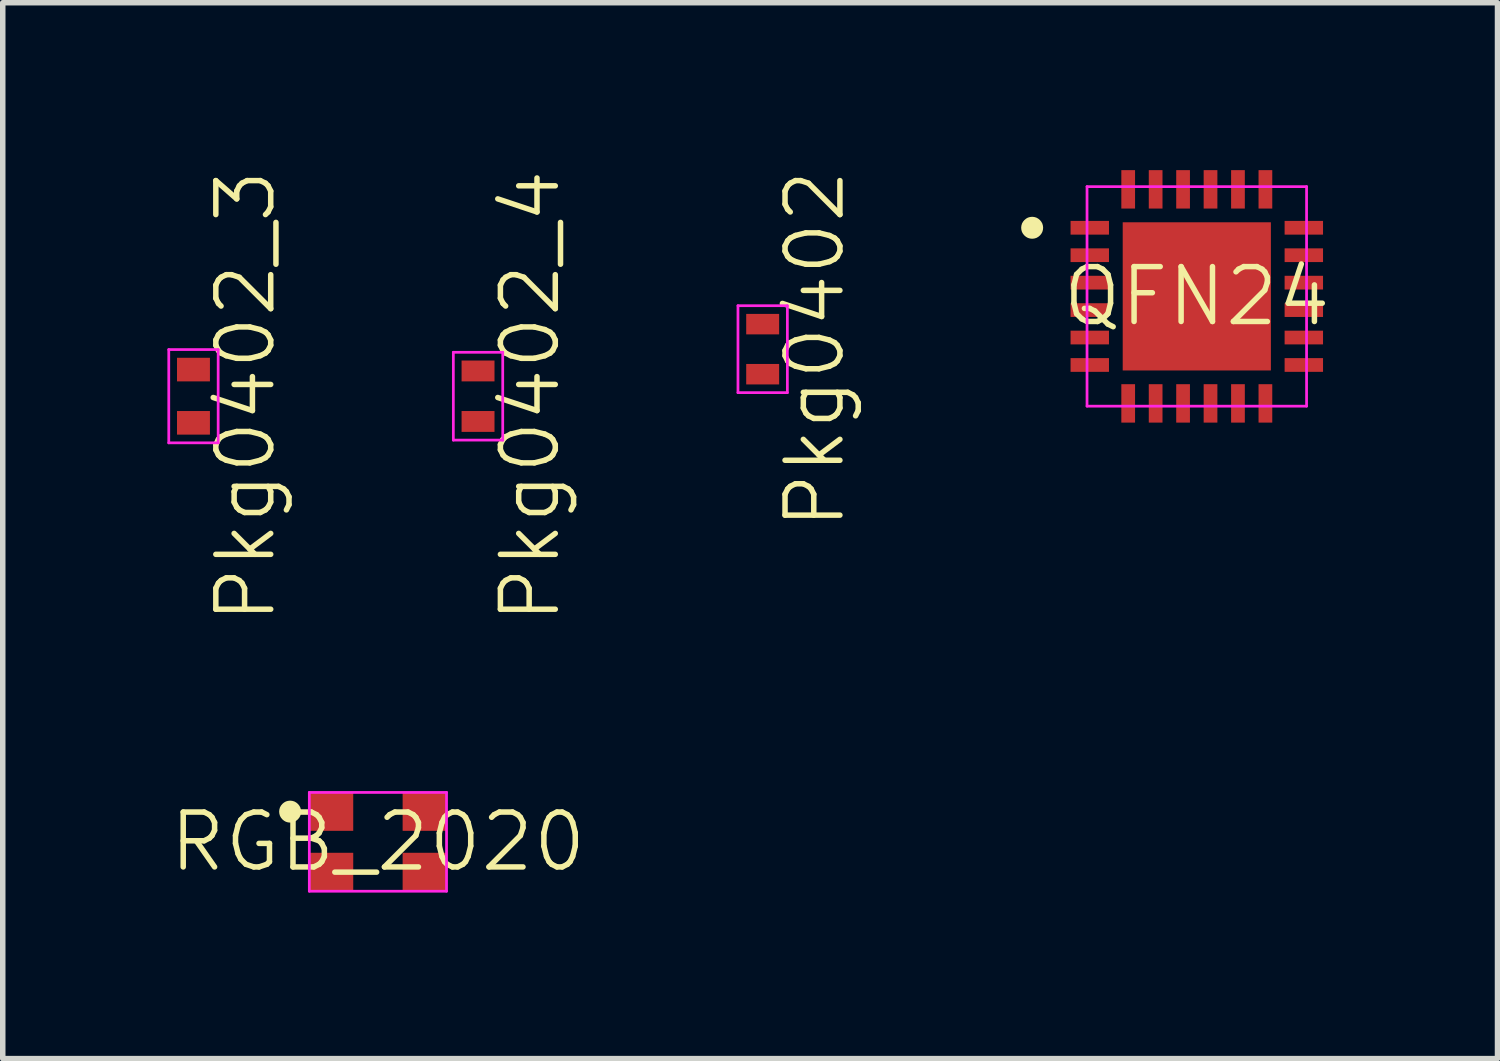
<source format=kicad_pcb>
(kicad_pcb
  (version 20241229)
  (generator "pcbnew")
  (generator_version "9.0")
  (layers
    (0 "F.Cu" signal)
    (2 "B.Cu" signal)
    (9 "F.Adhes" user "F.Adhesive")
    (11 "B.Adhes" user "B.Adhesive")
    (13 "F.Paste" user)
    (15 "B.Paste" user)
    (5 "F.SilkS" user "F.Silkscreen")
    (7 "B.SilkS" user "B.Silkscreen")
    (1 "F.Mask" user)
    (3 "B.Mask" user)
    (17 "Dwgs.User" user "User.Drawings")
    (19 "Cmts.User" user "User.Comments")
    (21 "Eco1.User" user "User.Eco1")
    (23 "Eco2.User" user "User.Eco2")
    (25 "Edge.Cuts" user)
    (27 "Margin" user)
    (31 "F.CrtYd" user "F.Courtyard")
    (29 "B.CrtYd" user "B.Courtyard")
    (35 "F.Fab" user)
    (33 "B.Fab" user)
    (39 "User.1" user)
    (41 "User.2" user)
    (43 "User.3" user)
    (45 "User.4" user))
  (footprint "Pkg0402_4"
    (layer "F.Cu")
    (at 5.66 4.169)
    (property "Reference" "Pkg0402_4" (at 0.95 0 90) (layer "F.SilkS") (effects (font (size 1 1) (thickness 0.1))))
    (fp_poly (pts (xy -0.35 -0.22) (xy 0.35 -0.22) (xy 0.35 -0.7) (xy -0.35 -0.7)) (stroke (width 0) (type solid)) (fill yes) (layer "F.Mask"))
    (fp_poly (pts (xy -0.35 0.7) (xy 0.35 0.7) (xy 0.35 0.22) (xy -0.35 0.22)) (stroke (width 0) (type solid)) (fill yes) (layer "F.Mask"))
    (fp_line (start -0.45 -0.8) (end -0.45 0.8) (stroke (width 0.05) (type solid)) (layer "F.CrtYd"))
    (fp_line (start -0.45 0.8) (end 0.45 0.8) (stroke (width 0.05) (type solid)) (layer "F.CrtYd"))
    (fp_line (start 0.45 -0.8) (end -0.45 -0.8) (stroke (width 0.05) (type solid)) (layer "F.CrtYd"))
    (fp_line (start 0.45 0.8) (end 0.45 -0.8) (stroke (width 0.05) (type solid)) (layer "F.CrtYd"))
    (pad "1" smd rect (at 0 -0.46) (size 0.6 0.38) (layers "F.Cu" "F.Paste"))
    (pad "2" smd rect (at 0 0.46) (size 0.6 0.38) (layers "F.Cu" "F.Paste")))
  (footprint "RGB_2020"
    (layer "F.Cu")
    (at 3.836 12.288)
    (property "Reference" "RGB_2020" (at 0 0 0) (layer "F.SilkS") (effects (font (size 1 1) (thickness 0.1))))
    (fp_poly (pts (xy -1.3 -0.15) (xy -0.4 -0.15) (xy -0.4 -0.95) (xy -1.3 -0.95)) (stroke (width 0) (type solid)) (fill yes) (layer "F.Mask"))
    (fp_poly (pts (xy -1.3 0.95) (xy -0.4 0.95) (xy -0.4 0.15) (xy -1.3 0.15)) (stroke (width 0) (type solid)) (fill yes) (layer "F.Mask"))
    (fp_poly (pts (xy 0.4 -0.15) (xy 1.3 -0.15) (xy 1.3 -0.95) (xy 0.4 -0.95)) (stroke (width 0) (type solid)) (fill yes) (layer "F.Mask"))
    (fp_poly (pts (xy 0.4 0.95) (xy 1.3 0.95) (xy 1.3 0.15) (xy 0.4 0.15)) (stroke (width 0) (type solid)) (fill yes) (layer "F.Mask"))
    (fp_poly (pts (xy -1.4 -0.55) (xy -1.404 -0.589) (xy -1.415 -0.627) (xy -1.434 -0.661) (xy -1.459 -0.691) (xy -1.489 -0.716) (xy -1.523 -0.735) (xy -1.561 -0.746) (xy -1.6 -0.75) (xy -1.639 -0.746) (xy -1.677 -0.735) (xy -1.711 -0.716) (xy -1.741 -0.691) (xy -1.766 -0.661) (xy -1.785 -0.627) (xy -1.796 -0.589) (xy -1.8 -0.55) (xy -1.796 -0.511) (xy -1.785 -0.473) (xy -1.766 -0.439) (xy -1.741 -0.409) (xy -1.711 -0.384) (xy -1.677 -0.365) (xy -1.639 -0.354) (xy -1.6 -0.35) (xy -1.561 -0.354) (xy -1.523 -0.365) (xy -1.489 -0.384) (xy -1.459 -0.409) (xy -1.434 -0.439) (xy -1.415 -0.473) (xy -1.404 -0.511)) (stroke (width 0) (type solid)) (fill yes) (layer "F.SilkS"))
    (fp_line (start -1.25 -0.9) (end -1.25 0.9) (stroke (width 0.05) (type solid)) (layer "F.CrtYd"))
    (fp_line (start -1.25 0.9) (end 1.25 0.9) (stroke (width 0.05) (type solid)) (layer "F.CrtYd"))
    (fp_line (start 1.25 -0.9) (end -1.25 -0.9) (stroke (width 0.05) (type solid)) (layer "F.CrtYd"))
    (fp_line (start 1.25 0.9) (end 1.25 -0.9) (stroke (width 0.05) (type solid)) (layer "F.CrtYd"))
    (pad "1" smd rect (at -0.85 -0.55) (size 0.8 0.7) (layers "F.Cu" "F.Paste"))
    (pad "2" smd rect (at 0.85 -0.55) (size 0.8 0.7) (layers "F.Cu" "F.Paste"))
    (pad "3" smd rect (at -0.85 0.55) (size 0.8 0.7) (layers "F.Cu" "F.Paste"))
    (pad "4" smd rect (at 0.85 0.55) (size 0.8 0.7) (layers "F.Cu" "F.Paste")))
  (footprint "QFN24"
    (layer "F.Cu")
    (at 18.756 2.35)
    (property "Reference" "QFN24" (at 0 0 0) (layer "F.SilkS") (effects (font (size 1 1) (thickness 0.1))))
    (fp_poly (pts (xy -2.35 -1.425) (xy -2.35 -1.075) (xy -1.55 -1.075) (xy -1.55 -1.425)) (stroke (width 0) (type solid)) (fill yes) (layer "F.Mask"))
    (fp_poly (pts (xy -2.35 -0.925) (xy -2.35 -0.575) (xy -1.55 -0.575) (xy -1.55 -0.925)) (stroke (width 0) (type solid)) (fill yes) (layer "F.Mask"))
    (fp_poly (pts (xy -2.35 -0.425) (xy -2.35 -0.075) (xy -1.55 -0.075) (xy -1.55 -0.425)) (stroke (width 0) (type solid)) (fill yes) (layer "F.Mask"))
    (fp_poly (pts (xy -2.35 0.075) (xy -2.35 0.425) (xy -1.55 0.425) (xy -1.55 0.075)) (stroke (width 0) (type solid)) (fill yes) (layer "F.Mask"))
    (fp_poly (pts (xy -2.35 0.575) (xy -2.35 0.925) (xy -1.55 0.925) (xy -1.55 0.575)) (stroke (width 0) (type solid)) (fill yes) (layer "F.Mask"))
    (fp_poly (pts (xy -2.35 1.075) (xy -2.35 1.425) (xy -1.55 1.425) (xy -1.55 1.075)) (stroke (width 0) (type solid)) (fill yes) (layer "F.Mask"))
    (fp_poly (pts (xy -1.425 2.35) (xy -1.075 2.35) (xy -1.075 1.55) (xy -1.425 1.55)) (stroke (width 0) (type solid)) (fill yes) (layer "F.Mask"))
    (fp_poly (pts (xy -1.4 1.4) (xy 1.4 1.4) (xy 1.4 -1.4) (xy -1.4 -1.4)) (stroke (width 0) (type solid)) (fill yes) (layer "F.Mask"))
    (fp_poly (pts (xy -1.075 -2.35) (xy -1.425 -2.35) (xy -1.425 -1.55) (xy -1.075 -1.55)) (stroke (width 0) (type solid)) (fill yes) (layer "F.Mask"))
    (fp_poly (pts (xy -0.925 2.35) (xy -0.575 2.35) (xy -0.575 1.55) (xy -0.925 1.55)) (stroke (width 0) (type solid)) (fill yes) (layer "F.Mask"))
    (fp_poly (pts (xy -0.575 -2.35) (xy -0.925 -2.35) (xy -0.925 -1.55) (xy -0.575 -1.55)) (stroke (width 0) (type solid)) (fill yes) (layer "F.Mask"))
    (fp_poly (pts (xy -0.425 2.35) (xy -0.075 2.35) (xy -0.075 1.55) (xy -0.425 1.55)) (stroke (width 0) (type solid)) (fill yes) (layer "F.Mask"))
    (fp_poly (pts (xy -0.075 -2.35) (xy -0.425 -2.35) (xy -0.425 -1.55) (xy -0.075 -1.55)) (stroke (width 0) (type solid)) (fill yes) (layer "F.Mask"))
    (fp_poly (pts (xy 0.075 2.35) (xy 0.425 2.35) (xy 0.425 1.55) (xy 0.075 1.55)) (stroke (width 0) (type solid)) (fill yes) (layer "F.Mask"))
    (fp_poly (pts (xy 0.425 -2.35) (xy 0.075 -2.35) (xy 0.075 -1.55) (xy 0.425 -1.55)) (stroke (width 0) (type solid)) (fill yes) (layer "F.Mask"))
    (fp_poly (pts (xy 0.575 2.35) (xy 0.925 2.35) (xy 0.925 1.55) (xy 0.575 1.55)) (stroke (width 0) (type solid)) (fill yes) (layer "F.Mask"))
    (fp_poly (pts (xy 0.925 -2.35) (xy 0.575 -2.35) (xy 0.575 -1.55) (xy 0.925 -1.55)) (stroke (width 0) (type solid)) (fill yes) (layer "F.Mask"))
    (fp_poly (pts (xy 1.075 2.35) (xy 1.425 2.35) (xy 1.425 1.55) (xy 1.075 1.55)) (stroke (width 0) (type solid)) (fill yes) (layer "F.Mask"))
    (fp_poly (pts (xy 1.425 -2.35) (xy 1.075 -2.35) (xy 1.075 -1.55) (xy 1.425 -1.55)) (stroke (width 0) (type solid)) (fill yes) (layer "F.Mask"))
    (fp_poly (pts (xy 2.35 -1.075) (xy 2.35 -1.425) (xy 1.55 -1.425) (xy 1.55 -1.075)) (stroke (width 0) (type solid)) (fill yes) (layer "F.Mask"))
    (fp_poly (pts (xy 2.35 -0.575) (xy 2.35 -0.925) (xy 1.55 -0.925) (xy 1.55 -0.575)) (stroke (width 0) (type solid)) (fill yes) (layer "F.Mask"))
    (fp_poly (pts (xy 2.35 -0.075) (xy 2.35 -0.425) (xy 1.55 -0.425) (xy 1.55 -0.075)) (stroke (width 0) (type solid)) (fill yes) (layer "F.Mask"))
    (fp_poly (pts (xy 2.35 0.425) (xy 2.35 0.075) (xy 1.55 0.075) (xy 1.55 0.425)) (stroke (width 0) (type solid)) (fill yes) (layer "F.Mask"))
    (fp_poly (pts (xy 2.35 0.925) (xy 2.35 0.575) (xy 1.55 0.575) (xy 1.55 0.925)) (stroke (width 0) (type solid)) (fill yes) (layer "F.Mask"))
    (fp_poly (pts (xy 2.35 1.425) (xy 2.35 1.075) (xy 1.55 1.075) (xy 1.55 1.425)) (stroke (width 0) (type solid)) (fill yes) (layer "F.Mask"))
    (fp_poly (pts (xy -2.8 -1.25) (xy -2.804 -1.289) (xy -2.815 -1.327) (xy -2.834 -1.361) (xy -2.859 -1.391) (xy -2.889 -1.416) (xy -2.923 -1.435) (xy -2.961 -1.446) (xy -3 -1.45) (xy -3.039 -1.446) (xy -3.077 -1.435) (xy -3.111 -1.416) (xy -3.141 -1.391) (xy -3.166 -1.361) (xy -3.185 -1.327) (xy -3.196 -1.289) (xy -3.2 -1.25) (xy -3.196 -1.211) (xy -3.185 -1.173) (xy -3.166 -1.139) (xy -3.141 -1.109) (xy -3.111 -1.084) (xy -3.077 -1.065) (xy -3.039 -1.054) (xy -3 -1.05) (xy -2.961 -1.054) (xy -2.923 -1.065) (xy -2.889 -1.084) (xy -2.859 -1.109) (xy -2.834 -1.139) (xy -2.815 -1.173) (xy -2.804 -1.211)) (stroke (width 0) (type solid)) (fill yes) (layer "F.SilkS"))
    (fp_line (start -2 -2) (end -2 2) (stroke (width 0.05) (type solid)) (layer "F.CrtYd"))
    (fp_line (start -2 2) (end 2 2) (stroke (width 0.05) (type solid)) (layer "F.CrtYd"))
    (fp_line (start 2 -2) (end -2 -2) (stroke (width 0.05) (type solid)) (layer "F.CrtYd"))
    (fp_line (start 2 2) (end 2 -2) (stroke (width 0.05) (type solid)) (layer "F.CrtYd"))
    (pad "1" smd rect (at -1.95 -1.25 270) (size 0.25 0.7) (layers "F.Cu" "F.Paste"))
    (pad "2" smd rect (at -1.95 -0.75 270) (size 0.25 0.7) (layers "F.Cu" "F.Paste"))
    (pad "3" smd rect (at -1.95 -0.25 270) (size 0.25 0.7) (layers "F.Cu" "F.Paste"))
    (pad "4" smd rect (at -1.95 0.25 270) (size 0.25 0.7) (layers "F.Cu" "F.Paste"))
    (pad "5" smd rect (at -1.95 0.75 270) (size 0.25 0.7) (layers "F.Cu" "F.Paste"))
    (pad "6" smd rect (at -1.95 1.25 270) (size 0.25 0.7) (layers "F.Cu" "F.Paste"))
    (pad "7" smd rect (at -1.25 1.95) (size 0.25 0.7) (layers "F.Cu" "F.Paste"))
    (pad "8" smd rect (at -0.75 1.95) (size 0.25 0.7) (layers "F.Cu" "F.Paste"))
    (pad "9" smd rect (at -0.25 1.95) (size 0.25 0.7) (layers "F.Cu" "F.Paste"))
    (pad "10" smd rect (at 0.25 1.95) (size 0.25 0.7) (layers "F.Cu" "F.Paste"))
    (pad "11" smd rect (at 0.75 1.95) (size 0.25 0.7) (layers "F.Cu" "F.Paste"))
    (pad "12" smd rect (at 1.25 1.95) (size 0.25 0.7) (layers "F.Cu" "F.Paste"))
    (pad "13" smd rect (at 1.95 1.25 90) (size 0.25 0.7) (layers "F.Cu" "F.Paste"))
    (pad "14" smd rect (at 1.95 0.75 90) (size 0.25 0.7) (layers "F.Cu" "F.Paste"))
    (pad "15" smd rect (at 1.95 0.25 90) (size 0.25 0.7) (layers "F.Cu" "F.Paste"))
    (pad "16" smd rect (at 1.95 -0.25 90) (size 0.25 0.7) (layers "F.Cu" "F.Paste"))
    (pad "17" smd rect (at 1.95 -0.75 90) (size 0.25 0.7) (layers "F.Cu" "F.Paste"))
    (pad "18" smd rect (at 1.95 -1.25 90) (size 0.25 0.7) (layers "F.Cu" "F.Paste"))
    (pad "19" smd rect (at 1.25 -1.95 180) (size 0.25 0.7) (layers "F.Cu" "F.Paste"))
    (pad "20" smd rect (at 0.75 -1.95 180) (size 0.25 0.7) (layers "F.Cu" "F.Paste"))
    (pad "21" smd rect (at 0.25 -1.95 180) (size 0.25 0.7) (layers "F.Cu" "F.Paste"))
    (pad "22" smd rect (at -0.25 -1.95 180) (size 0.25 0.7) (layers "F.Cu" "F.Paste"))
    (pad "23" smd rect (at -0.75 -1.95 180) (size 0.25 0.7) (layers "F.Cu" "F.Paste"))
    (pad "24" smd rect (at -1.25 -1.95 180) (size 0.25 0.7) (layers "F.Cu" "F.Paste"))
    (pad "25" smd rect (at 0 0) (size 2.7 2.7) (layers "F.Cu" "F.Paste")))
  (footprint "Pkg0402"
    (layer "F.Cu")
    (at 10.846 3.312)
    (property "Reference" "Pkg0402" (at 0.95 0 90) (layer "F.SilkS") (effects (font (size 1 1) (thickness 0.1))))
    (fp_poly (pts (xy -0.35 -0.22) (xy 0.35 -0.22) (xy 0.35 -0.693) (xy -0.35 -0.693)) (stroke (width 0) (type solid)) (fill yes) (layer "F.Mask"))
    (fp_poly (pts (xy -0.35 0.693) (xy 0.35 0.693) (xy 0.35 0.22) (xy -0.35 0.22)) (stroke (width 0) (type solid)) (fill yes) (layer "F.Mask"))
    (fp_line (start -0.45 -0.792) (end -0.45 0.792) (stroke (width 0.05) (type solid)) (layer "F.CrtYd"))
    (fp_line (start -0.45 0.792) (end 0.45 0.792) (stroke (width 0.05) (type solid)) (layer "F.CrtYd"))
    (fp_line (start 0.45 -0.792) (end -0.45 -0.792) (stroke (width 0.05) (type solid)) (layer "F.CrtYd"))
    (fp_line (start 0.45 0.792) (end 0.45 -0.792) (stroke (width 0.05) (type solid)) (layer "F.CrtYd"))
    (pad "1" smd rect (at 0 -0.456) (size 0.6 0.373) (layers "F.Cu" "F.Paste"))
    (pad "2" smd rect (at 0 0.456) (size 0.6 0.373) (layers "F.Cu" "F.Paste")))
  (footprint "Pkg0402_3"
    (layer "F.Cu")
    (at 0.475 4.169)
    (property "Reference" "Pkg0402_3" (at 0.95 0 90) (layer "F.SilkS") (effects (font (size 1 1) (thickness 0.1))))
    (fp_poly (pts (xy -0.35 -0.22) (xy 0.35 -0.22) (xy 0.35 -0.75) (xy -0.35 -0.75)) (stroke (width 0) (type solid)) (fill yes) (layer "F.Mask"))
    (fp_poly (pts (xy -0.35 0.75) (xy 0.35 0.75) (xy 0.35 0.22) (xy -0.35 0.22)) (stroke (width 0) (type solid)) (fill yes) (layer "F.Mask"))
    (fp_line (start -0.45 -0.85) (end -0.45 0.85) (stroke (width 0.05) (type solid)) (layer "F.CrtYd"))
    (fp_line (start -0.45 0.85) (end 0.45 0.85) (stroke (width 0.05) (type solid)) (layer "F.CrtYd"))
    (fp_line (start 0.45 -0.85) (end -0.45 -0.85) (stroke (width 0.05) (type solid)) (layer "F.CrtYd"))
    (fp_line (start 0.45 0.85) (end 0.45 -0.85) (stroke (width 0.05) (type solid)) (layer "F.CrtYd"))
    (pad "1" smd rect (at 0 -0.485) (size 0.6 0.43) (layers "F.Cu" "F.Paste"))
    (pad "2" smd rect (at 0 0.485) (size 0.6 0.43) (layers "F.Cu" "F.Paste")))
  (gr_rect
    (start -3 -3)
    (end 24.235 16.238)
    (stroke (width 0.1) (type default))
    (fill no)
    (layer "Edge.Cuts")))
</source>
